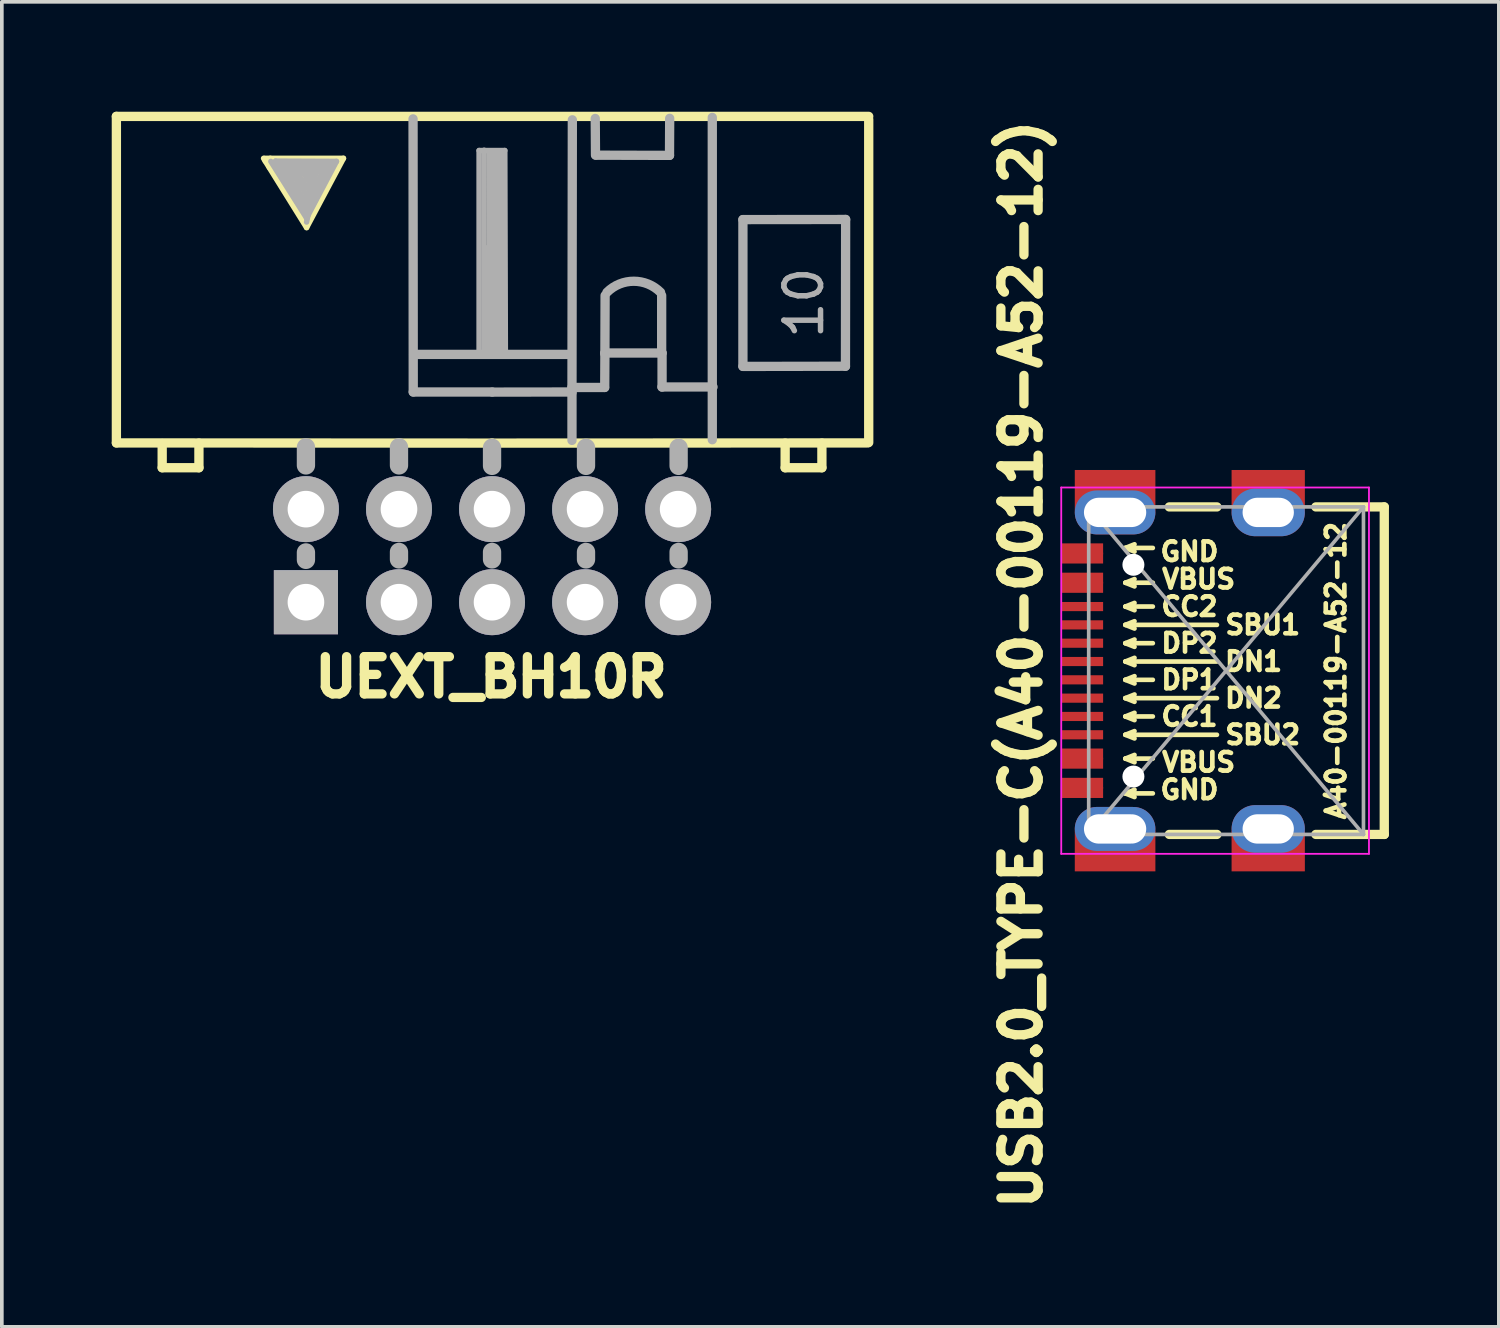
<source format=kicad_pcb>
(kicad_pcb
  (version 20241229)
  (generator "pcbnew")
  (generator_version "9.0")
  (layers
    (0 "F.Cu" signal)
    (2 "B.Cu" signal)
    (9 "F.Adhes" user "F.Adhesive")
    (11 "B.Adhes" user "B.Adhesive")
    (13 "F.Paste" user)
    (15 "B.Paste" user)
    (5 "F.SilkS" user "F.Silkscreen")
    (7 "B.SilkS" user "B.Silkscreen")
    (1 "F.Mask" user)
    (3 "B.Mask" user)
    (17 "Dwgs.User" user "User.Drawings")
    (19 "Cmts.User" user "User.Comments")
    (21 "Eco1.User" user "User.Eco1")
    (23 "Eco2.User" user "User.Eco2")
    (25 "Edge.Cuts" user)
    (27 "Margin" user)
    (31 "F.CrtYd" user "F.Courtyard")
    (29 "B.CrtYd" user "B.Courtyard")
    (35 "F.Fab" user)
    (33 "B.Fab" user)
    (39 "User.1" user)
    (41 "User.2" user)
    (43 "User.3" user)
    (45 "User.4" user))
  (footprint "USB2.0_TYPE-C(A40-00119-A52-12)"
    (layer "F.Cu")
    (at 30.418 15.257)
    (property "Reference" "USB2.0_TYPE-C(A40-00119-A52-12)" (at -5.588 -0.173 270) (layer "F.SilkS") (effects (font (size 1.016 1.016) (thickness 0.254))))
    (attr smd)
    (fp_line (start -2.75 -3.35) (end -2.5 -3.45) (stroke (width 0.127) (type solid)) (layer "F.SilkS"))
    (fp_line (start -2.75 -3.35) (end -2.5 -3.25) (stroke (width 0.127) (type solid)) (layer "F.SilkS"))
    (fp_line (start -2.75 -2.4) (end -2.5 -2.5) (stroke (width 0.127) (type solid)) (layer "F.SilkS"))
    (fp_line (start -2.75 -2.4) (end -2.5 -2.3) (stroke (width 0.127) (type solid)) (layer "F.SilkS"))
    (fp_line (start -2.75 -2.4) (end -2 -2.4) (stroke (width 0.127) (type solid)) (layer "F.SilkS"))
    (fp_line (start -2.75 -1.75) (end -2.5 -1.85) (stroke (width 0.127) (type solid)) (layer "F.SilkS"))
    (fp_line (start -2.75 -1.75) (end -2.5 -1.65) (stroke (width 0.127) (type solid)) (layer "F.SilkS"))
    (fp_line (start -2.75 -1.25) (end -2.5 -1.35) (stroke (width 0.127) (type solid)) (layer "F.SilkS"))
    (fp_line (start -2.75 -1.25) (end -2.5 -1.15) (stroke (width 0.127) (type solid)) (layer "F.SilkS"))
    (fp_line (start -2.75 -0.75) (end -2.5 -0.85) (stroke (width 0.127) (type solid)) (layer "F.SilkS"))
    (fp_line (start -2.75 -0.75) (end -2.5 -0.65) (stroke (width 0.127) (type solid)) (layer "F.SilkS"))
    (fp_line (start -2.75 -0.25) (end -2.5 -0.35) (stroke (width 0.127) (type solid)) (layer "F.SilkS"))
    (fp_line (start -2.75 -0.25) (end -2.5 -0.15) (stroke (width 0.127) (type solid)) (layer "F.SilkS"))
    (fp_line (start -2.75 0.25) (end -2.5 0.15) (stroke (width 0.127) (type solid)) (layer "F.SilkS"))
    (fp_line (start -2.75 0.25) (end -2.5 0.35) (stroke (width 0.127) (type solid)) (layer "F.SilkS"))
    (fp_line (start -2.75 0.75) (end -2.5 0.65) (stroke (width 0.127) (type solid)) (layer "F.SilkS"))
    (fp_line (start -2.75 0.75) (end -2.5 0.85) (stroke (width 0.127) (type solid)) (layer "F.SilkS"))
    (fp_line (start -2.75 1.25) (end -2.5 1.15) (stroke (width 0.127) (type solid)) (layer "F.SilkS"))
    (fp_line (start -2.75 1.25) (end -2.5 1.35) (stroke (width 0.127) (type solid)) (layer "F.SilkS"))
    (fp_line (start -2.75 1.75) (end -2.5 1.65) (stroke (width 0.127) (type solid)) (layer "F.SilkS"))
    (fp_line (start -2.75 1.75) (end -2.5 1.85) (stroke (width 0.127) (type solid)) (layer "F.SilkS"))
    (fp_line (start -2.75 2.4) (end -2.5 2.3) (stroke (width 0.127) (type solid)) (layer "F.SilkS"))
    (fp_line (start -2.75 2.4) (end -2.5 2.5) (stroke (width 0.127) (type solid)) (layer "F.SilkS"))
    (fp_line (start -2.75 3.35) (end -2.5 3.25) (stroke (width 0.127) (type solid)) (layer "F.SilkS"))
    (fp_line (start -2.75 3.35) (end -2.5 3.45) (stroke (width 0.127) (type solid)) (layer "F.SilkS"))
    (fp_line (start -2 -3.35) (end -2.75 -3.35) (stroke (width 0.127) (type solid)) (layer "F.SilkS"))
    (fp_line (start -2 -1.75) (end -2.75 -1.75) (stroke (width 0.127) (type solid)) (layer "F.SilkS"))
    (fp_line (start -2 -0.75) (end -2.75 -0.75) (stroke (width 0.127) (type solid)) (layer "F.SilkS"))
    (fp_line (start -2 0.25) (end -2.75 0.25) (stroke (width 0.127) (type solid)) (layer "F.SilkS"))
    (fp_line (start -2 1.25) (end -2.75 1.25) (stroke (width 0.127) (type solid)) (layer "F.SilkS"))
    (fp_line (start -2 2.4) (end -2.75 2.4) (stroke (width 0.127) (type solid)) (layer "F.SilkS"))
    (fp_line (start -2 3.35) (end -2.75 3.35) (stroke (width 0.127) (type solid)) (layer "F.SilkS"))
    (fp_line (start -1.55 -4.47) (end -0.25 -4.47) (stroke (width 0.254) (type solid)) (layer "F.SilkS"))
    (fp_line (start -1.55 4.47) (end -0.25 4.47) (stroke (width 0.254) (type solid)) (layer "F.SilkS"))
    (fp_line (start -0.25 -1.25) (end -2.75 -1.25) (stroke (width 0.127) (type solid)) (layer "F.SilkS"))
    (fp_line (start -0.25 -0.25) (end -2.75 -0.25) (stroke (width 0.127) (type solid)) (layer "F.SilkS"))
    (fp_line (start -0.25 0.75) (end -2.75 0.75) (stroke (width 0.127) (type solid)) (layer "F.SilkS"))
    (fp_line (start -0.25 1.75) (end -2.75 1.75) (stroke (width 0.127) (type solid)) (layer "F.SilkS"))
    (fp_line (start 2.45 4.47) (end 4.318 4.47) (stroke (width 0.254) (type solid)) (layer "F.SilkS"))
    (fp_line (start 4.318 -4.47) (end 2.45 -4.47) (stroke (width 0.254) (type solid)) (layer "F.SilkS"))
    (fp_line (start 4.318 4.47) (end 4.318 -4.47) (stroke (width 0.254) (type solid)) (layer "F.SilkS"))
    (fp_line (start -4.5 -5) (end -4.5 5) (stroke (width 0.05) (type solid)) (layer "F.CrtYd"))
    (fp_line (start -4.5 5) (end 3.9 5) (stroke (width 0.05) (type solid)) (layer "F.CrtYd"))
    (fp_line (start 3.9 -5) (end -4.5 -5) (stroke (width 0.05) (type solid)) (layer "F.CrtYd"))
    (fp_line (start 3.9 5) (end 3.9 -5) (stroke (width 0.05) (type solid)) (layer "F.CrtYd"))
    (fp_line (start -3.75 -4.47) (end 3.75 -4.47) (stroke (width 0.1) (type solid)) (layer "F.Fab"))
    (fp_line (start -3.75 4.47) (end -3.75 -4.47) (stroke (width 0.1) (type solid)) (layer "F.Fab"))
    (fp_line (start 3.75 -4.47) (end -3.75 4.47) (stroke (width 0.1) (type solid)) (layer "F.Fab"))
    (fp_line (start 3.75 -4.47) (end 3.75 4.47) (stroke (width 0.1) (type solid)) (layer "F.Fab"))
    (fp_line (start 3.75 4.47) (end -3.75 -4.47) (stroke (width 0.1) (type solid)) (layer "F.Fab"))
    (fp_line (start 3.75 4.47) (end -3.75 4.47) (stroke (width 0.1) (type solid)) (layer "F.Fab"))
    (fp_text user "DN1" (at 0.75 -0.25 0) (layer "F.SilkS") (effects (font (size 0.508 0.508) (thickness 0.127))))
    (fp_text user "SBU1" (at 1 -1.25 0) (layer "F.SilkS") (effects (font (size 0.508 0.508) (thickness 0.127))))
    (fp_text user "CC2" (at -1 -1.75 0) (layer "F.SilkS") (effects (font (size 0.508 0.508) (thickness 0.127))))
    (fp_text user "VBUS" (at -0.75 2.5 0) (layer "F.SilkS") (effects (font (size 0.508 0.508) (thickness 0.127))))
    (fp_text user "DP1" (at -1 0.25 0) (layer "F.SilkS") (effects (font (size 0.508 0.508) (thickness 0.127))))
    (fp_text user "A40-00119-A52-12" (at 3 0 90) (layer "F.SilkS") (effects (font (size 0.508 0.508) (thickness 0.127))))
    (fp_text user "DN2" (at 0.75 0.75 0) (layer "F.SilkS") (effects (font (size 0.508 0.508) (thickness 0.127))))
    (fp_text user "CC1" (at -1 1.25 0) (layer "F.SilkS") (effects (font (size 0.508 0.508) (thickness 0.127))))
    (fp_text user "SBU2" (at 1 1.75 0) (layer "F.SilkS") (effects (font (size 0.508 0.508) (thickness 0.127))))
    (fp_text user "GND" (at -1 3.25 0) (layer "F.SilkS") (effects (font (size 0.508 0.508) (thickness 0.127))))
    (fp_text user "DP2" (at -1 -0.75 0) (layer "F.SilkS") (effects (font (size 0.508 0.508) (thickness 0.127))))
    (fp_text user "GND" (at -1 -3.25 0) (layer "F.SilkS") (effects (font (size 0.508 0.508) (thickness 0.127))))
    (fp_text user "VBUS" (at -0.75 -2.5 0) (layer "F.SilkS") (effects (font (size 0.508 0.508) (thickness 0.127))))
    (pad "" np_thru_hole circle (at -2.53 -2.89 90) (size 0.6 0.6) (drill 0.6) (layers "*.Cu" "*.Mask"))
    (pad "" np_thru_hole circle (at -2.53 2.89 90) (size 0.6 0.6) (drill 0.6) (layers "*.Cu" "*.Mask"))
    (pad "0" connect rect (at -3.03 -4.928 90) (size 1.1 2.2) (layers "F.Cu" "F.Mask"))
    (pad "0" thru_hole oval (at -3.03 -4.32 90) (size 1.2 2.2) (drill oval 0.8 1.7) (layers "*.Cu" "*.Mask"))
    (pad "0" thru_hole oval (at -3.03 4.32 90) (size 1.2 2.2) (drill oval 0.8 1.7) (layers "*.Cu" "*.Mask"))
    (pad "0" connect rect (at -3.03 4.928 90) (size 1.1 2.2) (layers "F.Cu" "F.Mask"))
    (pad "0" connect rect (at 1.15 -4.928 90) (size 1.1 2) (layers "F.Cu" "F.Mask"))
    (pad "0" thru_hole oval (at 1.15 -4.32 90) (size 1.3 2) (drill oval 0.8 1.4) (layers "*.Cu" "*.Mask"))
    (pad "0" thru_hole oval (at 1.15 4.32 90) (size 1.3 2) (drill oval 0.8 1.4) (layers "*.Cu" "*.Mask"))
    (pad "0" connect rect (at 1.15 4.928 90) (size 1.1 2) (layers "F.Cu" "F.Mask"))
    (pad "A1" smd rect (at -3.932 3.325 90) (size 0.3 1.15) (layers "F.Cu" "F.Mask" "F.Paste"))
    (pad "A4" smd rect (at -3.932 2.525 90) (size 0.3 1.15) (layers "F.Cu" "F.Mask" "F.Paste"))
    (pad "A5" smd rect (at -3.932 1.25 90) (size 0.25 1.15) (layers "F.Cu" "F.Mask" "F.Paste"))
    (pad "A6" smd rect (at -3.932 0.25 90) (size 0.25 1.15) (layers "F.Cu" "F.Mask" "F.Paste"))
    (pad "A7" smd rect (at -3.932 -0.25 90) (size 0.25 1.15) (layers "F.Cu" "F.Mask" "F.Paste"))
    (pad "A8" smd rect (at -3.932 -1.25 90) (size 0.25 1.15) (layers "F.Cu" "F.Mask" "F.Paste"))
    (pad "A9" smd rect (at -3.932 -2.525 90) (size 0.3 1.15) (layers "F.Cu" "F.Mask" "F.Paste"))
    (pad "A12" smd rect (at -3.932 -3.325 90) (size 0.3 1.15) (layers "F.Cu" "F.Mask" "F.Paste"))
    (pad "B1" smd rect (at -3.932 -3.075 90) (size 0.3 1.15) (layers "F.Cu" "F.Mask" "F.Paste"))
    (pad "B4" smd rect (at -3.932 -2.275 90) (size 0.3 1.15) (layers "F.Cu" "F.Mask" "F.Paste"))
    (pad "B5" smd rect (at -3.932 -1.75 90) (size 0.25 1.15) (layers "F.Cu" "F.Mask" "F.Paste"))
    (pad "B6" smd rect (at -3.932 -0.75 90) (size 0.25 1.15) (layers "F.Cu" "F.Mask" "F.Paste"))
    (pad "B7" smd rect (at -3.932 0.75 90) (size 0.25 1.15) (layers "F.Cu" "F.Mask" "F.Paste"))
    (pad "B8" smd rect (at -3.932 1.75 90) (size 0.25 1.15) (layers "F.Cu" "F.Mask" "F.Paste"))
    (pad "B9" smd rect (at -3.932 2.275 90) (size 0.3 1.15) (layers "F.Cu" "F.Mask" "F.Paste"))
    (pad "B12" smd rect (at -3.932 3.075 90) (size 0.3 1.15) (layers "F.Cu" "F.Mask" "F.Paste")))
  (footprint "UEXT_BH10R"
    (layer "F.Cu")
    (at 10.381 12.118)
    (property "Reference" "UEXT_BH10R" (at -0.027 3.316 0) (layer "F.SilkS") (effects (font (size 1.016 1.016) (thickness 0.254))))
    (attr through_hole)
    (fp_line (start -10.254 -11.991) (end 10.282 -11.991) (stroke (width 0.254) (type solid)) (layer "F.SilkS"))
    (fp_line (start -10.254 -3.078) (end -10.254 -11.991) (stroke (width 0.254) (type solid)) (layer "F.SilkS"))
    (fp_line (start -9.004 -3.061) (end -9.004 -2.4) (stroke (width 0.254) (type solid)) (layer "F.SilkS"))
    (fp_line (start -9.004 -2.4) (end -8.001 -2.4) (stroke (width 0.254) (type solid)) (layer "F.SilkS"))
    (fp_line (start -8.001 -2.4) (end -8.001 -3.073) (stroke (width 0.254) (type solid)) (layer "F.SilkS"))
    (fp_line (start -6.19 -10.77) (end -6.236 -10.846) (stroke (width 0.15) (type solid)) (layer "F.SilkS"))
    (fp_line (start -6.053 -10.846) (end -6.21 -10.846) (stroke (width 0.15) (type solid)) (layer "F.SilkS"))
    (fp_line (start -6.053 -10.846) (end -4.056 -10.846) (stroke (width 0.15) (type solid)) (layer "F.SilkS"))
    (fp_line (start -5.842 -10.668) (end -5.08 -9.398) (stroke (width 0.406) (type solid)) (layer "F.SilkS"))
    (fp_line (start -5.334 -10.668) (end -5.334 -10.033) (stroke (width 0.305) (type solid)) (layer "F.SilkS"))
    (fp_line (start -5.08 -9.398) (end -4.318 -10.668) (stroke (width 0.406) (type solid)) (layer "F.SilkS"))
    (fp_line (start -5.08 -9.144) (end -5.08 -10.541) (stroke (width 0.254) (type solid)) (layer "F.SilkS"))
    (fp_line (start -5.062 -8.956) (end -6.19 -10.77) (stroke (width 0.15) (type solid)) (layer "F.SilkS"))
    (fp_line (start -4.826 -10.668) (end -4.826 -10.033) (stroke (width 0.305) (type solid)) (layer "F.SilkS"))
    (fp_line (start -4.318 -10.668) (end -5.969 -10.668) (stroke (width 0.406) (type solid)) (layer "F.SilkS"))
    (fp_line (start -4.056 -10.846) (end -5.062 -8.956) (stroke (width 0.15) (type solid)) (layer "F.SilkS"))
    (fp_line (start 0 -3.073) (end -10.254 -3.078) (stroke (width 0.254) (type solid)) (layer "F.SilkS"))
    (fp_line (start 0 -3.073) (end 10.254 -3.078) (stroke (width 0.254) (type solid)) (layer "F.SilkS"))
    (fp_line (start 8.001 -3.073) (end 8.001 -2.4) (stroke (width 0.254) (type solid)) (layer "F.SilkS"))
    (fp_line (start 8.001 -2.4) (end 9.004 -2.4) (stroke (width 0.254) (type solid)) (layer "F.SilkS"))
    (fp_line (start 9.004 -2.4) (end 9.004 -3.073) (stroke (width 0.254) (type solid)) (layer "F.SilkS"))
    (fp_line (start 10.282 -3.089) (end 10.282 -11.908) (stroke (width 0.254) (type solid)) (layer "F.SilkS"))
    (fp_line (start -6.038 -10.762) (end -5.062 -9.215) (stroke (width 0.15) (type solid)) (layer "F.Fab"))
    (fp_line (start -5.908 -10.77) (end -5.077 -9.428) (stroke (width 0.15) (type solid)) (layer "F.Fab"))
    (fp_line (start -5.779 -10.671) (end -5.077 -9.642) (stroke (width 0.15) (type solid)) (layer "F.Fab"))
    (fp_line (start -5.565 -10.564) (end -5.039 -9.817) (stroke (width 0.15) (type solid)) (layer "F.Fab"))
    (fp_line (start -5.337 -10.472) (end -5.047 -10.03) (stroke (width 0.15) (type solid)) (layer "F.Fab"))
    (fp_line (start -5.319 -10.351) (end -5.641 -10.615) (stroke (width 0.15) (type solid)) (layer "F.Fab"))
    (fp_line (start -5.184 -10.434) (end -5.009 -10.328) (stroke (width 0.15) (type solid)) (layer "F.Fab"))
    (fp_line (start -5.116 -10.259) (end -5.108 -10.251) (stroke (width 0.15) (type solid)) (layer "F.Fab"))
    (fp_line (start -5.08 -2.959) (end -5.08 -2.464) (stroke (width 0.5) (type solid)) (layer "F.Fab"))
    (fp_line (start -5.08 -0.089) (end -5.08 0.114) (stroke (width 0.5) (type solid)) (layer "F.Fab"))
    (fp_line (start -5.077 -9.642) (end -4.536 -10.617) (stroke (width 0.15) (type solid)) (layer "F.Fab"))
    (fp_line (start -5.077 -9.428) (end -4.407 -10.686) (stroke (width 0.15) (type solid)) (layer "F.Fab"))
    (fp_line (start -5.062 -9.215) (end -4.247 -10.762) (stroke (width 0.15) (type solid)) (layer "F.Fab"))
    (fp_line (start -5.047 -10.03) (end -4.902 -10.48) (stroke (width 0.15) (type solid)) (layer "F.Fab"))
    (fp_line (start -5.039 -9.817) (end -4.75 -10.556) (stroke (width 0.15) (type solid)) (layer "F.Fab"))
    (fp_line (start -5.009 -10.328) (end -5.116 -10.259) (stroke (width 0.15) (type solid)) (layer "F.Fab"))
    (fp_line (start -5.001 -9.406) (end -5.062 -9.108) (stroke (width 0.15) (type solid)) (layer "F.Fab"))
    (fp_line (start -4.902 -10.48) (end -5.184 -10.434) (stroke (width 0.15) (type solid)) (layer "F.Fab"))
    (fp_line (start -4.75 -10.556) (end -5.337 -10.472) (stroke (width 0.15) (type solid)) (layer "F.Fab"))
    (fp_line (start -4.605 -10.668) (end -4.712 -10.472) (stroke (width 0.15) (type solid)) (layer "F.Fab"))
    (fp_line (start -4.536 -10.617) (end -5.565 -10.564) (stroke (width 0.15) (type solid)) (layer "F.Fab"))
    (fp_line (start -4.407 -10.686) (end -5.779 -10.671) (stroke (width 0.15) (type solid)) (layer "F.Fab"))
    (fp_line (start -4.247 -10.762) (end -5.908 -10.77) (stroke (width 0.15) (type solid)) (layer "F.Fab"))
    (fp_line (start -2.54 -2.959) (end -2.54 -2.464) (stroke (width 0.5) (type solid)) (layer "F.Fab"))
    (fp_line (start -2.54 -0.102) (end -2.54 0.102) (stroke (width 0.5) (type solid)) (layer "F.Fab"))
    (fp_line (start -2.151 -4.468) (end -2.156 -11.923) (stroke (width 0.254) (type solid)) (layer "F.Fab"))
    (fp_line (start -2.141 -5.494) (end 2.159 -5.494) (stroke (width 0.254) (type solid)) (layer "F.Fab"))
    (fp_line (start -0.353 -11.059) (end 0.348 -11.059) (stroke (width 0.15) (type solid)) (layer "F.Fab"))
    (fp_line (start -0.353 -5.502) (end -0.353 -11.059) (stroke (width 0.15) (type solid)) (layer "F.Fab"))
    (fp_line (start -0.216 -11.067) (end -0.216 -5.588) (stroke (width 0.15) (type solid)) (layer "F.Fab"))
    (fp_line (start -0.137 -5.596) (end 0.254 -5.598) (stroke (width 0.15) (type solid)) (layer "F.Fab"))
    (fp_line (start -0.124 -6.37) (end -0.137 -5.596) (stroke (width 0.15) (type solid)) (layer "F.Fab"))
    (fp_line (start -0.112 -8.415) (end -0.14 -6.18) (stroke (width 0.15) (type solid)) (layer "F.Fab"))
    (fp_line (start -0.079 -11.013) (end -0.064 -5.634) (stroke (width 0.15) (type solid)) (layer "F.Fab"))
    (fp_line (start 0 -2.946) (end 0 -2.451) (stroke (width 0.5) (type solid)) (layer "F.Fab"))
    (fp_line (start 0 -0.102) (end 0 0.102) (stroke (width 0.5) (type solid)) (layer "F.Fab"))
    (fp_line (start 0.005 -4.468) (end -2.151 -4.468) (stroke (width 0.254) (type solid)) (layer "F.Fab"))
    (fp_line (start 0.008 -4.465) (end 2.159 -4.468) (stroke (width 0.254) (type solid)) (layer "F.Fab"))
    (fp_line (start 0.043 -11.013) (end 0.028 -5.618) (stroke (width 0.15) (type solid)) (layer "F.Fab"))
    (fp_line (start 0.165 -11.013) (end 0.15 -5.649) (stroke (width 0.15) (type solid)) (layer "F.Fab"))
    (fp_line (start 0.287 -11.029) (end 0.241 -5.649) (stroke (width 0.15) (type solid)) (layer "F.Fab"))
    (fp_line (start 0.348 -11.059) (end 0.363 -5.512) (stroke (width 0.15) (type solid)) (layer "F.Fab"))
    (fp_line (start 2.179 -4.592) (end 3.071 -4.592) (stroke (width 0.254) (type solid)) (layer "F.Fab"))
    (fp_line (start 2.182 -4.481) (end 2.182 -3.147) (stroke (width 0.254) (type solid)) (layer "F.Fab"))
    (fp_line (start 2.182 -4.453) (end 2.192 -11.897) (stroke (width 0.254) (type solid)) (layer "F.Fab"))
    (fp_line (start 2.565 -2.946) (end 2.565 -2.451) (stroke (width 0.5) (type solid)) (layer "F.Fab"))
    (fp_line (start 2.565 -0.102) (end 2.565 0.102) (stroke (width 0.5) (type solid)) (layer "F.Fab"))
    (fp_line (start 2.817 -11.935) (end 2.824 -10.937) (stroke (width 0.254) (type solid)) (layer "F.Fab"))
    (fp_line (start 2.832 -10.932) (end 4.844 -10.927) (stroke (width 0.254) (type solid)) (layer "F.Fab"))
    (fp_line (start 3.076 -4.592) (end 3.081 -5.532) (stroke (width 0.254) (type solid)) (layer "F.Fab"))
    (fp_line (start 3.081 -5.532) (end 4.641 -5.532) (stroke (width 0.254) (type solid)) (layer "F.Fab"))
    (fp_line (start 3.081 -5.507) (end 3.086 -7.102) (stroke (width 0.254) (type solid)) (layer "F.Fab"))
    (fp_line (start 4.63 -5.527) (end 4.63 -7.102) (stroke (width 0.254) (type solid)) (layer "F.Fab"))
    (fp_line (start 4.641 -5.532) (end 4.641 -4.602) (stroke (width 0.254) (type solid)) (layer "F.Fab"))
    (fp_line (start 4.844 -10.927) (end 4.849 -11.938) (stroke (width 0.254) (type solid)) (layer "F.Fab"))
    (fp_line (start 5.093 -2.946) (end 5.093 -2.451) (stroke (width 0.5) (type solid)) (layer "F.Fab"))
    (fp_line (start 5.093 -0.102) (end 5.093 0.102) (stroke (width 0.5) (type solid)) (layer "F.Fab"))
    (fp_line (start 6.012 -11.963) (end 6.012 -3.165) (stroke (width 0.254) (type solid)) (layer "F.Fab"))
    (fp_line (start 6.032 -4.605) (end 4.638 -4.605) (stroke (width 0.254) (type solid)) (layer "F.Fab"))
    (fp_line (start 6.848 -9.174) (end 6.848 -5.169) (stroke (width 0.254) (type solid)) (layer "F.Fab"))
    (fp_line (start 6.848 -5.166) (end 9.647 -5.171) (stroke (width 0.254) (type solid)) (layer "F.Fab"))
    (fp_line (start 9.647 -5.171) (end 9.652 -9.177) (stroke (width 0.254) (type solid)) (layer "F.Fab"))
    (fp_line (start 9.652 -9.177) (end 6.848 -9.174) (stroke (width 0.254) (type solid)) (layer "F.Fab"))
    (fp_arc (start 3.1369 -7.1882) (mid 3.86842 -7.491206) (end 4.59994 -7.1882) (stroke (width 0.254) (type solid)) (layer "F.Fab"))
    (fp_text user "10" (at 8.512 -6.904 90) (layer "F.Fab") (effects (font (size 1 1) (thickness 0.15))))
    (pad "1" thru_hole rect (at -5.08 1.27) (size 1.75 1.75) (drill 1) (layers "*.Cu" "*.Mask" "F.Fab"))
    (pad "2" thru_hole circle (at -5.08 -1.27) (size 1.8 1.8) (drill 1) (layers "*.Cu" "*.Mask" "F.Fab"))
    (pad "3" thru_hole circle (at -2.54 1.27) (size 1.8 1.8) (drill 1) (layers "*.Cu" "*.Mask" "F.Fab"))
    (pad "4" thru_hole circle (at -2.54 -1.27) (size 1.8 1.8) (drill 1) (layers "*.Cu" "*.Mask" "F.Fab"))
    (pad "5" thru_hole circle (at 0 1.27) (size 1.8 1.8) (drill 1) (layers "*.Cu" "*.Mask" "F.Fab"))
    (pad "6" thru_hole circle (at 0 -1.27) (size 1.8 1.8) (drill 1) (layers "*.Cu" "*.Mask" "F.Fab"))
    (pad "7" thru_hole circle (at 2.54 1.27) (size 1.8 1.8) (drill 1) (layers "*.Cu" "*.Mask" "F.Fab"))
    (pad "8" thru_hole circle (at 2.54 -1.27) (size 1.8 1.8) (drill 1) (layers "*.Cu" "*.Mask" "F.Fab"))
    (pad "9" thru_hole circle (at 5.08 1.27) (size 1.8 1.8) (drill 1) (layers "*.Cu" "*.Mask" "F.Fab"))
    (pad "10" thru_hole circle (at 5.08 -1.27) (size 1.8 1.8) (drill 1) (layers "*.Cu" "*.Mask" "F.Fab")))
  (gr_rect
    (start -3 -3)
    (end 37.863 33.168)
    (stroke (width 0.1) (type default))
    (fill no)
    (layer "Edge.Cuts")))
</source>
